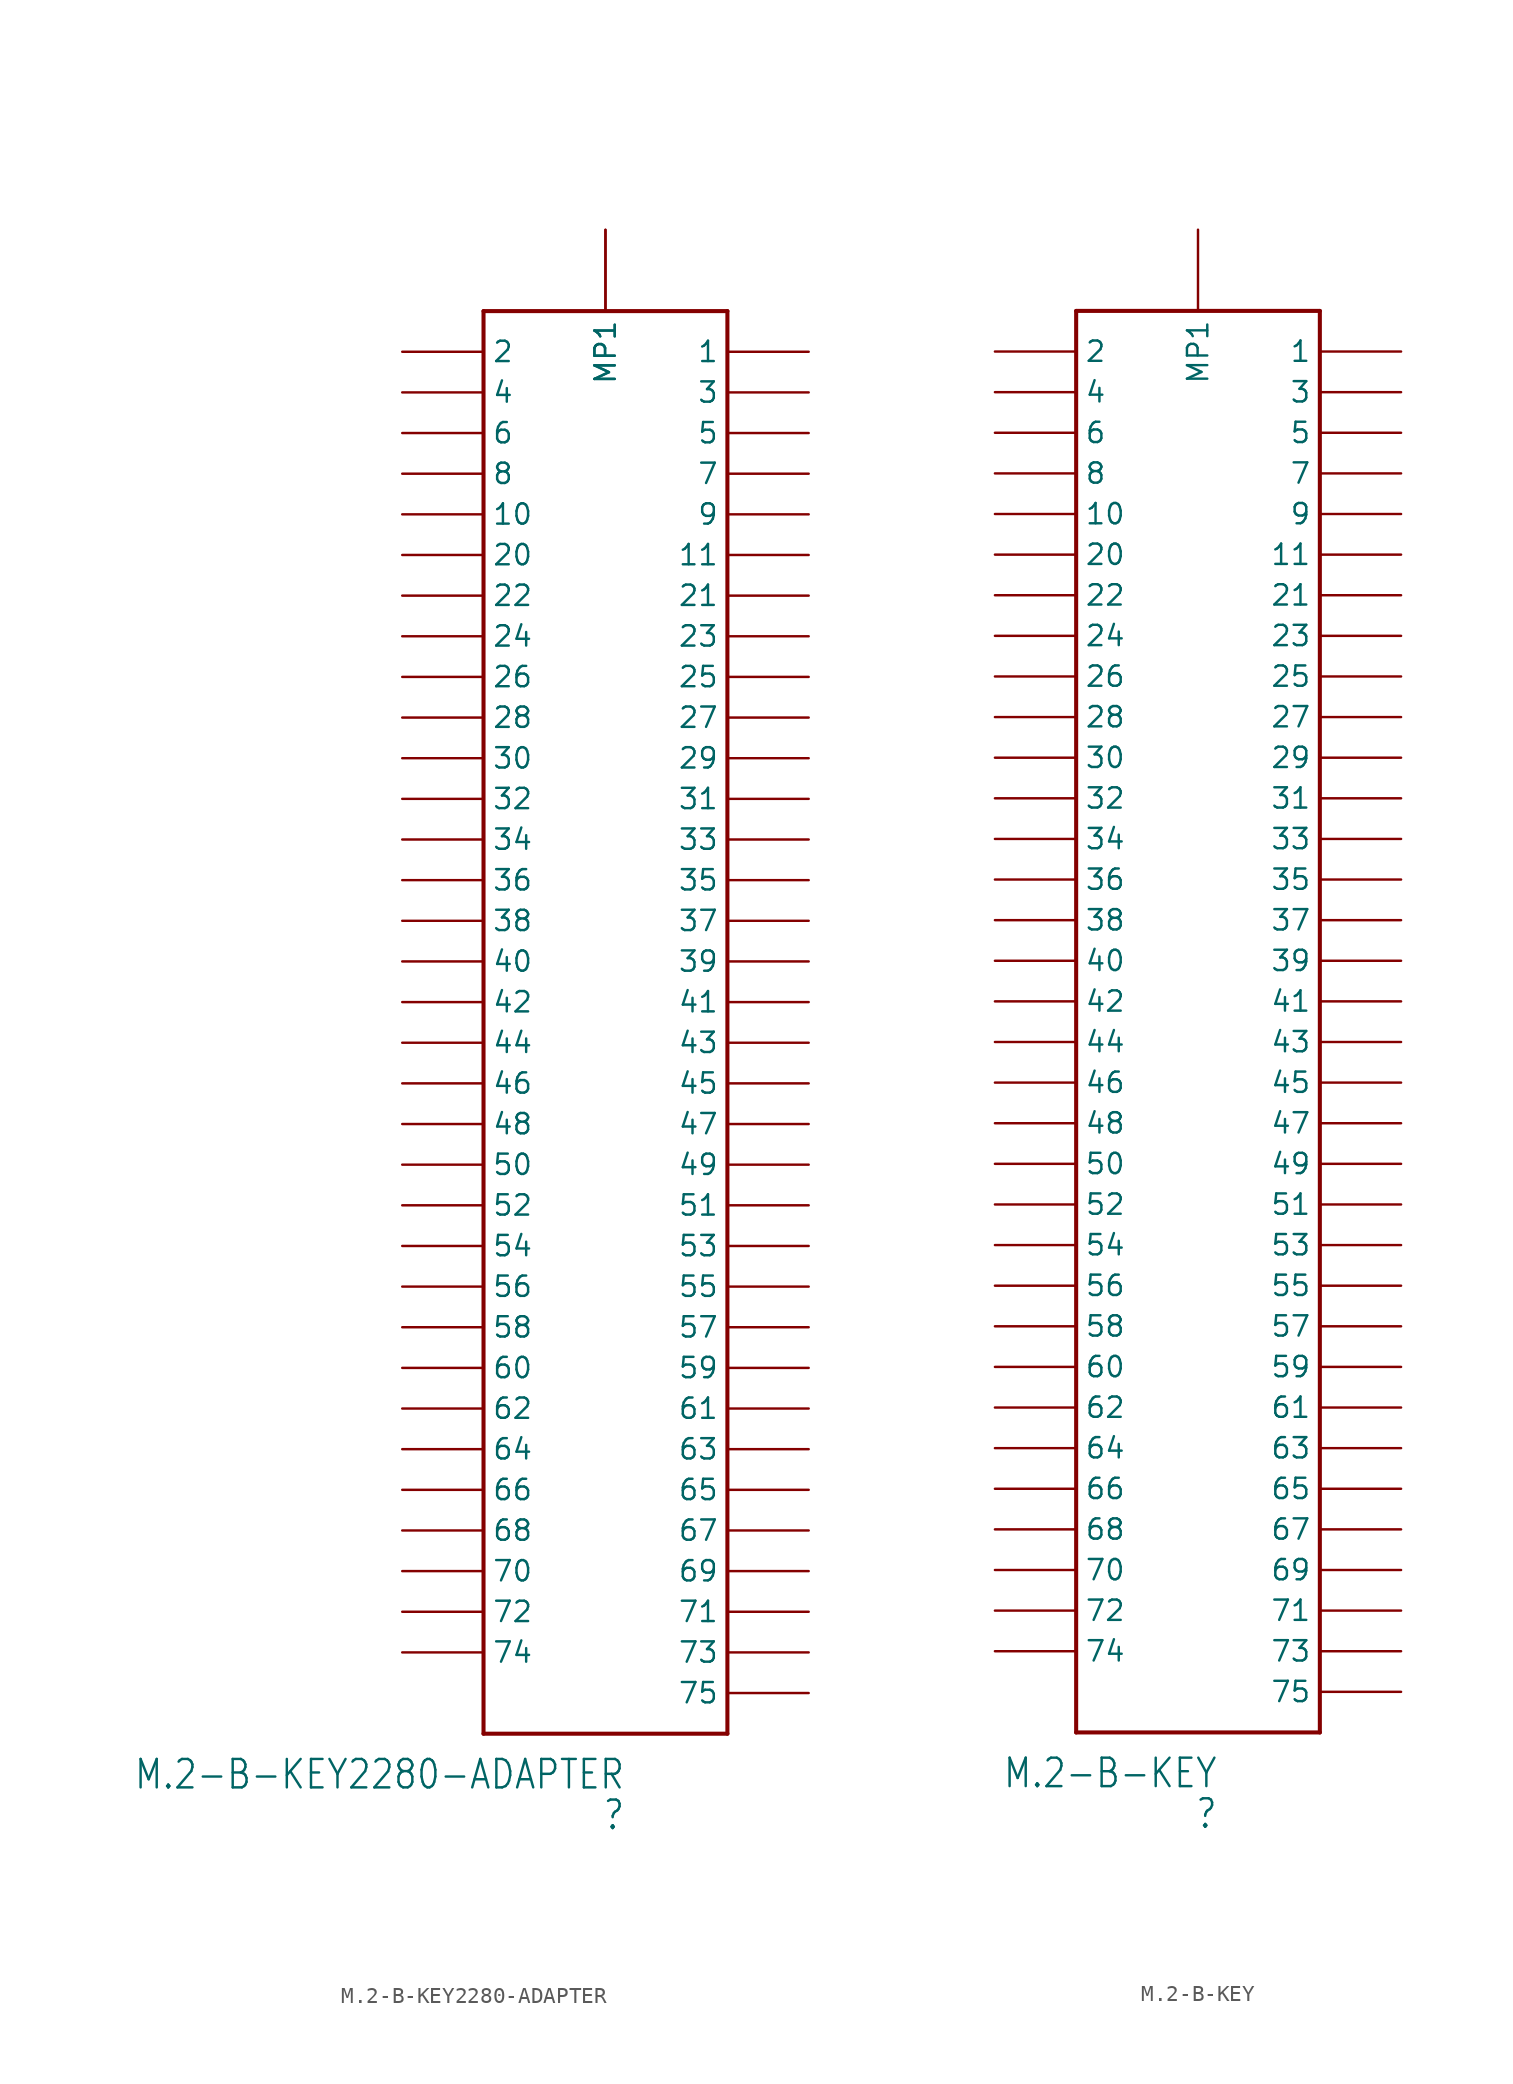
<source format=kicad_sym>
(kicad_symbol_lib
  (version 20231120)
  (generator "kicad_symbol_editor")
  (generator_version "8.0")
  (symbol "M.2-B-KEY2280-ADAPTER"
    (property "Reference" ""
      (at 8.89 -5.08 0)
      (effects (font (size 1.778 1.511)) (justify right)))
    (property "Value" "M.2-B-KEY2280-ADAPTER"
      (at 8.89 -2.54 0)
      (effects (font (size 1.778 1.511)) (justify right)))
    (property "ki_locked" ""
      (at 0 0 0)
      (effects (font (size 1.27 1.27))))
    (symbol "M.2-B-KEY2280-ADAPTER_1_0"
      (polyline (pts (xy 0 0) (xy 0 88.9)) (stroke (width 0.254) (type default)) (fill (type none)))
      (polyline (pts (xy 0 0) (xy 15.24 0)) (stroke (width 0.254) (type default)) (fill (type none)))
      (polyline (pts (xy 15.24 88.9) (xy 0 88.9)) (stroke (width 0.254) (type default)) (fill (type none)))
      (polyline (pts (xy 15.24 88.9) (xy 15.24 0)) (stroke (width 0.254) (type default)) (fill (type none)))
      (pin bidirectional line (at 7.62 93.98 270) (length 5.08) (name "MP1" (effects (font (size 1.27 1.27)))) (number "MOUNTING-HOLE" (effects (font (size 0 0)))))
      (pin bidirectional line (at 7.62 93.98 270) (length 5.08) (name "MP1" (effects (font (size 1.27 1.27)))) (number "MOUNTING-HOLE2" (effects (font (size 0 0)))))
      (pin bidirectional line (at 20.32 86.36 180) (length 5.08) (name "1" (effects (font (size 1.27 1.27)))) (number "P$1" (effects (font (size 0 0)))))
      (pin bidirectional line (at -5.08 76.2 0) (length 5.08) (name "10" (effects (font (size 1.27 1.27)))) (number "P$10" (effects (font (size 0 0)))))
      (pin bidirectional line (at 20.32 73.66 180) (length 5.08) (name "11" (effects (font (size 1.27 1.27)))) (number "P$11" (effects (font (size 0 0)))))
      (pin bidirectional line (at -5.08 86.36 0) (length 5.08) (name "2" (effects (font (size 1.27 1.27)))) (number "P$2" (effects (font (size 0 0)))))
      (pin bidirectional line (at -5.08 73.66 0) (length 5.08) (name "20" (effects (font (size 1.27 1.27)))) (number "P$20" (effects (font (size 0 0)))))
      (pin bidirectional line (at 20.32 71.12 180) (length 5.08) (name "21" (effects (font (size 1.27 1.27)))) (number "P$21" (effects (font (size 0 0)))))
      (pin bidirectional line (at -5.08 71.12 0) (length 5.08) (name "22" (effects (font (size 1.27 1.27)))) (number "P$22" (effects (font (size 0 0)))))
      (pin bidirectional line (at 20.32 68.58 180) (length 5.08) (name "23" (effects (font (size 1.27 1.27)))) (number "P$23" (effects (font (size 0 0)))))
      (pin bidirectional line (at -5.08 68.58 0) (length 5.08) (name "24" (effects (font (size 1.27 1.27)))) (number "P$24" (effects (font (size 0 0)))))
      (pin bidirectional line (at 20.32 66.04 180) (length 5.08) (name "25" (effects (font (size 1.27 1.27)))) (number "P$25" (effects (font (size 0 0)))))
      (pin bidirectional line (at -5.08 66.04 0) (length 5.08) (name "26" (effects (font (size 1.27 1.27)))) (number "P$26" (effects (font (size 0 0)))))
      (pin bidirectional line (at 20.32 63.5 180) (length 5.08) (name "27" (effects (font (size 1.27 1.27)))) (number "P$27" (effects (font (size 0 0)))))
      (pin bidirectional line (at -5.08 63.5 0) (length 5.08) (name "28" (effects (font (size 1.27 1.27)))) (number "P$28" (effects (font (size 0 0)))))
      (pin bidirectional line (at 20.32 60.96 180) (length 5.08) (name "29" (effects (font (size 1.27 1.27)))) (number "P$29" (effects (font (size 0 0)))))
      (pin bidirectional line (at 20.32 83.82 180) (length 5.08) (name "3" (effects (font (size 1.27 1.27)))) (number "P$3" (effects (font (size 0 0)))))
      (pin bidirectional line (at -5.08 60.96 0) (length 5.08) (name "30" (effects (font (size 1.27 1.27)))) (number "P$30" (effects (font (size 0 0)))))
      (pin bidirectional line (at 20.32 58.42 180) (length 5.08) (name "31" (effects (font (size 1.27 1.27)))) (number "P$31" (effects (font (size 0 0)))))
      (pin bidirectional line (at -5.08 58.42 0) (length 5.08) (name "32" (effects (font (size 1.27 1.27)))) (number "P$32" (effects (font (size 0 0)))))
      (pin bidirectional line (at 20.32 55.88 180) (length 5.08) (name "33" (effects (font (size 1.27 1.27)))) (number "P$33" (effects (font (size 0 0)))))
      (pin bidirectional line (at -5.08 55.88 0) (length 5.08) (name "34" (effects (font (size 1.27 1.27)))) (number "P$34" (effects (font (size 0 0)))))
      (pin bidirectional line (at 20.32 53.34 180) (length 5.08) (name "35" (effects (font (size 1.27 1.27)))) (number "P$35" (effects (font (size 0 0)))))
      (pin bidirectional line (at -5.08 53.34 0) (length 5.08) (name "36" (effects (font (size 1.27 1.27)))) (number "P$36" (effects (font (size 0 0)))))
      (pin bidirectional line (at 20.32 50.8 180) (length 5.08) (name "37" (effects (font (size 1.27 1.27)))) (number "P$37" (effects (font (size 0 0)))))
      (pin bidirectional line (at -5.08 50.8 0) (length 5.08) (name "38" (effects (font (size 1.27 1.27)))) (number "P$38" (effects (font (size 0 0)))))
      (pin bidirectional line (at 20.32 48.26 180) (length 5.08) (name "39" (effects (font (size 1.27 1.27)))) (number "P$39" (effects (font (size 0 0)))))
      (pin bidirectional line (at -5.08 83.82 0) (length 5.08) (name "4" (effects (font (size 1.27 1.27)))) (number "P$4" (effects (font (size 0 0)))))
      (pin bidirectional line (at -5.08 48.26 0) (length 5.08) (name "40" (effects (font (size 1.27 1.27)))) (number "P$40" (effects (font (size 0 0)))))
      (pin bidirectional line (at 20.32 45.72 180) (length 5.08) (name "41" (effects (font (size 1.27 1.27)))) (number "P$41" (effects (font (size 0 0)))))
      (pin bidirectional line (at -5.08 45.72 0) (length 5.08) (name "42" (effects (font (size 1.27 1.27)))) (number "P$42" (effects (font (size 0 0)))))
      (pin bidirectional line (at 20.32 43.18 180) (length 5.08) (name "43" (effects (font (size 1.27 1.27)))) (number "P$43" (effects (font (size 0 0)))))
      (pin bidirectional line (at -5.08 43.18 0) (length 5.08) (name "44" (effects (font (size 1.27 1.27)))) (number "P$44" (effects (font (size 0 0)))))
      (pin bidirectional line (at 20.32 40.64 180) (length 5.08) (name "45" (effects (font (size 1.27 1.27)))) (number "P$45" (effects (font (size 0 0)))))
      (pin bidirectional line (at -5.08 40.64 0) (length 5.08) (name "46" (effects (font (size 1.27 1.27)))) (number "P$46" (effects (font (size 0 0)))))
      (pin bidirectional line (at 20.32 38.1 180) (length 5.08) (name "47" (effects (font (size 1.27 1.27)))) (number "P$47" (effects (font (size 0 0)))))
      (pin bidirectional line (at -5.08 38.1 0) (length 5.08) (name "48" (effects (font (size 1.27 1.27)))) (number "P$48" (effects (font (size 0 0)))))
      (pin bidirectional line (at 20.32 35.56 180) (length 5.08) (name "49" (effects (font (size 1.27 1.27)))) (number "P$49" (effects (font (size 0 0)))))
      (pin bidirectional line (at 20.32 81.28 180) (length 5.08) (name "5" (effects (font (size 1.27 1.27)))) (number "P$5" (effects (font (size 0 0)))))
      (pin bidirectional line (at -5.08 35.56 0) (length 5.08) (name "50" (effects (font (size 1.27 1.27)))) (number "P$50" (effects (font (size 0 0)))))
      (pin bidirectional line (at 20.32 33.02 180) (length 5.08) (name "51" (effects (font (size 1.27 1.27)))) (number "P$51" (effects (font (size 0 0)))))
      (pin bidirectional line (at -5.08 33.02 0) (length 5.08) (name "52" (effects (font (size 1.27 1.27)))) (number "P$52" (effects (font (size 0 0)))))
      (pin bidirectional line (at 20.32 30.48 180) (length 5.08) (name "53" (effects (font (size 1.27 1.27)))) (number "P$53" (effects (font (size 0 0)))))
      (pin bidirectional line (at -5.08 30.48 0) (length 5.08) (name "54" (effects (font (size 1.27 1.27)))) (number "P$54" (effects (font (size 0 0)))))
      (pin bidirectional line (at 20.32 27.94 180) (length 5.08) (name "55" (effects (font (size 1.27 1.27)))) (number "P$55" (effects (font (size 0 0)))))
      (pin bidirectional line (at -5.08 27.94 0) (length 5.08) (name "56" (effects (font (size 1.27 1.27)))) (number "P$56" (effects (font (size 0 0)))))
      (pin bidirectional line (at 20.32 25.4 180) (length 5.08) (name "57" (effects (font (size 1.27 1.27)))) (number "P$57" (effects (font (size 0 0)))))
      (pin bidirectional line (at -5.08 25.4 0) (length 5.08) (name "58" (effects (font (size 1.27 1.27)))) (number "P$58" (effects (font (size 0 0)))))
      (pin bidirectional line (at 20.32 22.86 180) (length 5.08) (name "59" (effects (font (size 1.27 1.27)))) (number "P$59" (effects (font (size 0 0)))))
      (pin bidirectional line (at -5.08 81.28 0) (length 5.08) (name "6" (effects (font (size 1.27 1.27)))) (number "P$6" (effects (font (size 0 0)))))
      (pin bidirectional line (at -5.08 22.86 0) (length 5.08) (name "60" (effects (font (size 1.27 1.27)))) (number "P$60" (effects (font (size 0 0)))))
      (pin bidirectional line (at 20.32 20.32 180) (length 5.08) (name "61" (effects (font (size 1.27 1.27)))) (number "P$61" (effects (font (size 0 0)))))
      (pin bidirectional line (at -5.08 20.32 0) (length 5.08) (name "62" (effects (font (size 1.27 1.27)))) (number "P$62" (effects (font (size 0 0)))))
      (pin bidirectional line (at 20.32 17.78 180) (length 5.08) (name "63" (effects (font (size 1.27 1.27)))) (number "P$63" (effects (font (size 0 0)))))
      (pin bidirectional line (at -5.08 17.78 0) (length 5.08) (name "64" (effects (font (size 1.27 1.27)))) (number "P$64" (effects (font (size 0 0)))))
      (pin bidirectional line (at 20.32 15.24 180) (length 5.08) (name "65" (effects (font (size 1.27 1.27)))) (number "P$65" (effects (font (size 0 0)))))
      (pin bidirectional line (at -5.08 15.24 0) (length 5.08) (name "66" (effects (font (size 1.27 1.27)))) (number "P$66" (effects (font (size 0 0)))))
      (pin bidirectional line (at 20.32 12.7 180) (length 5.08) (name "67" (effects (font (size 1.27 1.27)))) (number "P$67" (effects (font (size 0 0)))))
      (pin bidirectional line (at -5.08 12.7 0) (length 5.08) (name "68" (effects (font (size 1.27 1.27)))) (number "P$68" (effects (font (size 0 0)))))
      (pin bidirectional line (at 20.32 10.16 180) (length 5.08) (name "69" (effects (font (size 1.27 1.27)))) (number "P$69" (effects (font (size 0 0)))))
      (pin bidirectional line (at 20.32 78.74 180) (length 5.08) (name "7" (effects (font (size 1.27 1.27)))) (number "P$7" (effects (font (size 0 0)))))
      (pin bidirectional line (at -5.08 10.16 0) (length 5.08) (name "70" (effects (font (size 1.27 1.27)))) (number "P$70" (effects (font (size 0 0)))))
      (pin bidirectional line (at 20.32 7.62 180) (length 5.08) (name "71" (effects (font (size 1.27 1.27)))) (number "P$71" (effects (font (size 0 0)))))
      (pin bidirectional line (at -5.08 7.62 0) (length 5.08) (name "72" (effects (font (size 1.27 1.27)))) (number "P$72" (effects (font (size 0 0)))))
      (pin bidirectional line (at 20.32 5.08 180) (length 5.08) (name "73" (effects (font (size 1.27 1.27)))) (number "P$73" (effects (font (size 0 0)))))
      (pin bidirectional line (at -5.08 5.08 0) (length 5.08) (name "74" (effects (font (size 1.27 1.27)))) (number "P$74" (effects (font (size 0 0)))))
      (pin bidirectional line (at 20.32 2.54 180) (length 5.08) (name "75" (effects (font (size 1.27 1.27)))) (number "P$75" (effects (font (size 0 0)))))
      (pin bidirectional line (at -5.08 78.74 0) (length 5.08) (name "8" (effects (font (size 1.27 1.27)))) (number "P$8" (effects (font (size 0 0)))))
      (pin bidirectional line (at 20.32 76.2 180) (length 5.08) (name "9" (effects (font (size 1.27 1.27)))) (number "P$9" (effects (font (size 0 0)))))))
  (symbol "M.2-B-KEY"
    (property "Reference" ""
      (at 8.89 -5.08 0)
      (effects (font (size 1.778 1.511)) (justify right)))
    (property "Value" "M.2-B-KEY"
      (at 8.89 -2.54 0)
      (effects (font (size 1.778 1.511)) (justify right)))
    (property "ki_locked" ""
      (at 0 0 0)
      (effects (font (size 1.27 1.27))))
    (symbol "M.2-B-KEY_1_0"
      (polyline (pts (xy 0 0) (xy 0 88.9)) (stroke (width 0.254) (type default)) (fill (type none)))
      (polyline (pts (xy 0 0) (xy 15.24 0)) (stroke (width 0.254) (type default)) (fill (type none)))
      (polyline (pts (xy 15.24 88.9) (xy 0 88.9)) (stroke (width 0.254) (type default)) (fill (type none)))
      (polyline (pts (xy 15.24 88.9) (xy 15.24 0)) (stroke (width 0.254) (type default)) (fill (type none)))
      (pin bidirectional line (at 7.62 93.98 270) (length 5.08) (name "MP1" (effects (font (size 1.27 1.27)))) (number "MOUNTING-HOLE" (effects (font (size 0 0)))))
      (pin bidirectional line (at 20.32 86.36 180) (length 5.08) (name "1" (effects (font (size 1.27 1.27)))) (number "P$1" (effects (font (size 0 0)))))
      (pin bidirectional line (at -5.08 76.2 0) (length 5.08) (name "10" (effects (font (size 1.27 1.27)))) (number "P$10" (effects (font (size 0 0)))))
      (pin bidirectional line (at 20.32 73.66 180) (length 5.08) (name "11" (effects (font (size 1.27 1.27)))) (number "P$11" (effects (font (size 0 0)))))
      (pin bidirectional line (at -5.08 86.36 0) (length 5.08) (name "2" (effects (font (size 1.27 1.27)))) (number "P$2" (effects (font (size 0 0)))))
      (pin bidirectional line (at -5.08 73.66 0) (length 5.08) (name "20" (effects (font (size 1.27 1.27)))) (number "P$20" (effects (font (size 0 0)))))
      (pin bidirectional line (at 20.32 71.12 180) (length 5.08) (name "21" (effects (font (size 1.27 1.27)))) (number "P$21" (effects (font (size 0 0)))))
      (pin bidirectional line (at -5.08 71.12 0) (length 5.08) (name "22" (effects (font (size 1.27 1.27)))) (number "P$22" (effects (font (size 0 0)))))
      (pin bidirectional line (at 20.32 68.58 180) (length 5.08) (name "23" (effects (font (size 1.27 1.27)))) (number "P$23" (effects (font (size 0 0)))))
      (pin bidirectional line (at -5.08 68.58 0) (length 5.08) (name "24" (effects (font (size 1.27 1.27)))) (number "P$24" (effects (font (size 0 0)))))
      (pin bidirectional line (at 20.32 66.04 180) (length 5.08) (name "25" (effects (font (size 1.27 1.27)))) (number "P$25" (effects (font (size 0 0)))))
      (pin bidirectional line (at -5.08 66.04 0) (length 5.08) (name "26" (effects (font (size 1.27 1.27)))) (number "P$26" (effects (font (size 0 0)))))
      (pin bidirectional line (at 20.32 63.5 180) (length 5.08) (name "27" (effects (font (size 1.27 1.27)))) (number "P$27" (effects (font (size 0 0)))))
      (pin bidirectional line (at -5.08 63.5 0) (length 5.08) (name "28" (effects (font (size 1.27 1.27)))) (number "P$28" (effects (font (size 0 0)))))
      (pin bidirectional line (at 20.32 60.96 180) (length 5.08) (name "29" (effects (font (size 1.27 1.27)))) (number "P$29" (effects (font (size 0 0)))))
      (pin bidirectional line (at 20.32 83.82 180) (length 5.08) (name "3" (effects (font (size 1.27 1.27)))) (number "P$3" (effects (font (size 0 0)))))
      (pin bidirectional line (at -5.08 60.96 0) (length 5.08) (name "30" (effects (font (size 1.27 1.27)))) (number "P$30" (effects (font (size 0 0)))))
      (pin bidirectional line (at 20.32 58.42 180) (length 5.08) (name "31" (effects (font (size 1.27 1.27)))) (number "P$31" (effects (font (size 0 0)))))
      (pin bidirectional line (at -5.08 58.42 0) (length 5.08) (name "32" (effects (font (size 1.27 1.27)))) (number "P$32" (effects (font (size 0 0)))))
      (pin bidirectional line (at 20.32 55.88 180) (length 5.08) (name "33" (effects (font (size 1.27 1.27)))) (number "P$33" (effects (font (size 0 0)))))
      (pin bidirectional line (at -5.08 55.88 0) (length 5.08) (name "34" (effects (font (size 1.27 1.27)))) (number "P$34" (effects (font (size 0 0)))))
      (pin bidirectional line (at 20.32 53.34 180) (length 5.08) (name "35" (effects (font (size 1.27 1.27)))) (number "P$35" (effects (font (size 0 0)))))
      (pin bidirectional line (at -5.08 53.34 0) (length 5.08) (name "36" (effects (font (size 1.27 1.27)))) (number "P$36" (effects (font (size 0 0)))))
      (pin bidirectional line (at 20.32 50.8 180) (length 5.08) (name "37" (effects (font (size 1.27 1.27)))) (number "P$37" (effects (font (size 0 0)))))
      (pin bidirectional line (at -5.08 50.8 0) (length 5.08) (name "38" (effects (font (size 1.27 1.27)))) (number "P$38" (effects (font (size 0 0)))))
      (pin bidirectional line (at 20.32 48.26 180) (length 5.08) (name "39" (effects (font (size 1.27 1.27)))) (number "P$39" (effects (font (size 0 0)))))
      (pin bidirectional line (at -5.08 83.82 0) (length 5.08) (name "4" (effects (font (size 1.27 1.27)))) (number "P$4" (effects (font (size 0 0)))))
      (pin bidirectional line (at -5.08 48.26 0) (length 5.08) (name "40" (effects (font (size 1.27 1.27)))) (number "P$40" (effects (font (size 0 0)))))
      (pin bidirectional line (at 20.32 45.72 180) (length 5.08) (name "41" (effects (font (size 1.27 1.27)))) (number "P$41" (effects (font (size 0 0)))))
      (pin bidirectional line (at -5.08 45.72 0) (length 5.08) (name "42" (effects (font (size 1.27 1.27)))) (number "P$42" (effects (font (size 0 0)))))
      (pin bidirectional line (at 20.32 43.18 180) (length 5.08) (name "43" (effects (font (size 1.27 1.27)))) (number "P$43" (effects (font (size 0 0)))))
      (pin bidirectional line (at -5.08 43.18 0) (length 5.08) (name "44" (effects (font (size 1.27 1.27)))) (number "P$44" (effects (font (size 0 0)))))
      (pin bidirectional line (at 20.32 40.64 180) (length 5.08) (name "45" (effects (font (size 1.27 1.27)))) (number "P$45" (effects (font (size 0 0)))))
      (pin bidirectional line (at -5.08 40.64 0) (length 5.08) (name "46" (effects (font (size 1.27 1.27)))) (number "P$46" (effects (font (size 0 0)))))
      (pin bidirectional line (at 20.32 38.1 180) (length 5.08) (name "47" (effects (font (size 1.27 1.27)))) (number "P$47" (effects (font (size 0 0)))))
      (pin bidirectional line (at -5.08 38.1 0) (length 5.08) (name "48" (effects (font (size 1.27 1.27)))) (number "P$48" (effects (font (size 0 0)))))
      (pin bidirectional line (at 20.32 35.56 180) (length 5.08) (name "49" (effects (font (size 1.27 1.27)))) (number "P$49" (effects (font (size 0 0)))))
      (pin bidirectional line (at 20.32 81.28 180) (length 5.08) (name "5" (effects (font (size 1.27 1.27)))) (number "P$5" (effects (font (size 0 0)))))
      (pin bidirectional line (at -5.08 35.56 0) (length 5.08) (name "50" (effects (font (size 1.27 1.27)))) (number "P$50" (effects (font (size 0 0)))))
      (pin bidirectional line (at 20.32 33.02 180) (length 5.08) (name "51" (effects (font (size 1.27 1.27)))) (number "P$51" (effects (font (size 0 0)))))
      (pin bidirectional line (at -5.08 33.02 0) (length 5.08) (name "52" (effects (font (size 1.27 1.27)))) (number "P$52" (effects (font (size 0 0)))))
      (pin bidirectional line (at 20.32 30.48 180) (length 5.08) (name "53" (effects (font (size 1.27 1.27)))) (number "P$53" (effects (font (size 0 0)))))
      (pin bidirectional line (at -5.08 30.48 0) (length 5.08) (name "54" (effects (font (size 1.27 1.27)))) (number "P$54" (effects (font (size 0 0)))))
      (pin bidirectional line (at 20.32 27.94 180) (length 5.08) (name "55" (effects (font (size 1.27 1.27)))) (number "P$55" (effects (font (size 0 0)))))
      (pin bidirectional line (at -5.08 27.94 0) (length 5.08) (name "56" (effects (font (size 1.27 1.27)))) (number "P$56" (effects (font (size 0 0)))))
      (pin bidirectional line (at 20.32 25.4 180) (length 5.08) (name "57" (effects (font (size 1.27 1.27)))) (number "P$57" (effects (font (size 0 0)))))
      (pin bidirectional line (at -5.08 25.4 0) (length 5.08) (name "58" (effects (font (size 1.27 1.27)))) (number "P$58" (effects (font (size 0 0)))))
      (pin bidirectional line (at 20.32 22.86 180) (length 5.08) (name "59" (effects (font (size 1.27 1.27)))) (number "P$59" (effects (font (size 0 0)))))
      (pin bidirectional line (at -5.08 81.28 0) (length 5.08) (name "6" (effects (font (size 1.27 1.27)))) (number "P$6" (effects (font (size 0 0)))))
      (pin bidirectional line (at -5.08 22.86 0) (length 5.08) (name "60" (effects (font (size 1.27 1.27)))) (number "P$60" (effects (font (size 0 0)))))
      (pin bidirectional line (at 20.32 20.32 180) (length 5.08) (name "61" (effects (font (size 1.27 1.27)))) (number "P$61" (effects (font (size 0 0)))))
      (pin bidirectional line (at -5.08 20.32 0) (length 5.08) (name "62" (effects (font (size 1.27 1.27)))) (number "P$62" (effects (font (size 0 0)))))
      (pin bidirectional line (at 20.32 17.78 180) (length 5.08) (name "63" (effects (font (size 1.27 1.27)))) (number "P$63" (effects (font (size 0 0)))))
      (pin bidirectional line (at -5.08 17.78 0) (length 5.08) (name "64" (effects (font (size 1.27 1.27)))) (number "P$64" (effects (font (size 0 0)))))
      (pin bidirectional line (at 20.32 15.24 180) (length 5.08) (name "65" (effects (font (size 1.27 1.27)))) (number "P$65" (effects (font (size 0 0)))))
      (pin bidirectional line (at -5.08 15.24 0) (length 5.08) (name "66" (effects (font (size 1.27 1.27)))) (number "P$66" (effects (font (size 0 0)))))
      (pin bidirectional line (at 20.32 12.7 180) (length 5.08) (name "67" (effects (font (size 1.27 1.27)))) (number "P$67" (effects (font (size 0 0)))))
      (pin bidirectional line (at -5.08 12.7 0) (length 5.08) (name "68" (effects (font (size 1.27 1.27)))) (number "P$68" (effects (font (size 0 0)))))
      (pin bidirectional line (at 20.32 10.16 180) (length 5.08) (name "69" (effects (font (size 1.27 1.27)))) (number "P$69" (effects (font (size 0 0)))))
      (pin bidirectional line (at 20.32 78.74 180) (length 5.08) (name "7" (effects (font (size 1.27 1.27)))) (number "P$7" (effects (font (size 0 0)))))
      (pin bidirectional line (at -5.08 10.16 0) (length 5.08) (name "70" (effects (font (size 1.27 1.27)))) (number "P$70" (effects (font (size 0 0)))))
      (pin bidirectional line (at 20.32 7.62 180) (length 5.08) (name "71" (effects (font (size 1.27 1.27)))) (number "P$71" (effects (font (size 0 0)))))
      (pin bidirectional line (at -5.08 7.62 0) (length 5.08) (name "72" (effects (font (size 1.27 1.27)))) (number "P$72" (effects (font (size 0 0)))))
      (pin bidirectional line (at 20.32 5.08 180) (length 5.08) (name "73" (effects (font (size 1.27 1.27)))) (number "P$73" (effects (font (size 0 0)))))
      (pin bidirectional line (at -5.08 5.08 0) (length 5.08) (name "74" (effects (font (size 1.27 1.27)))) (number "P$74" (effects (font (size 0 0)))))
      (pin bidirectional line (at 20.32 2.54 180) (length 5.08) (name "75" (effects (font (size 1.27 1.27)))) (number "P$75" (effects (font (size 0 0)))))
      (pin bidirectional line (at -5.08 78.74 0) (length 5.08) (name "8" (effects (font (size 1.27 1.27)))) (number "P$8" (effects (font (size 0 0)))))
      (pin bidirectional line (at 20.32 76.2 180) (length 5.08) (name "9" (effects (font (size 1.27 1.27)))) (number "P$9" (effects (font (size 0 0))))))))
</source>
